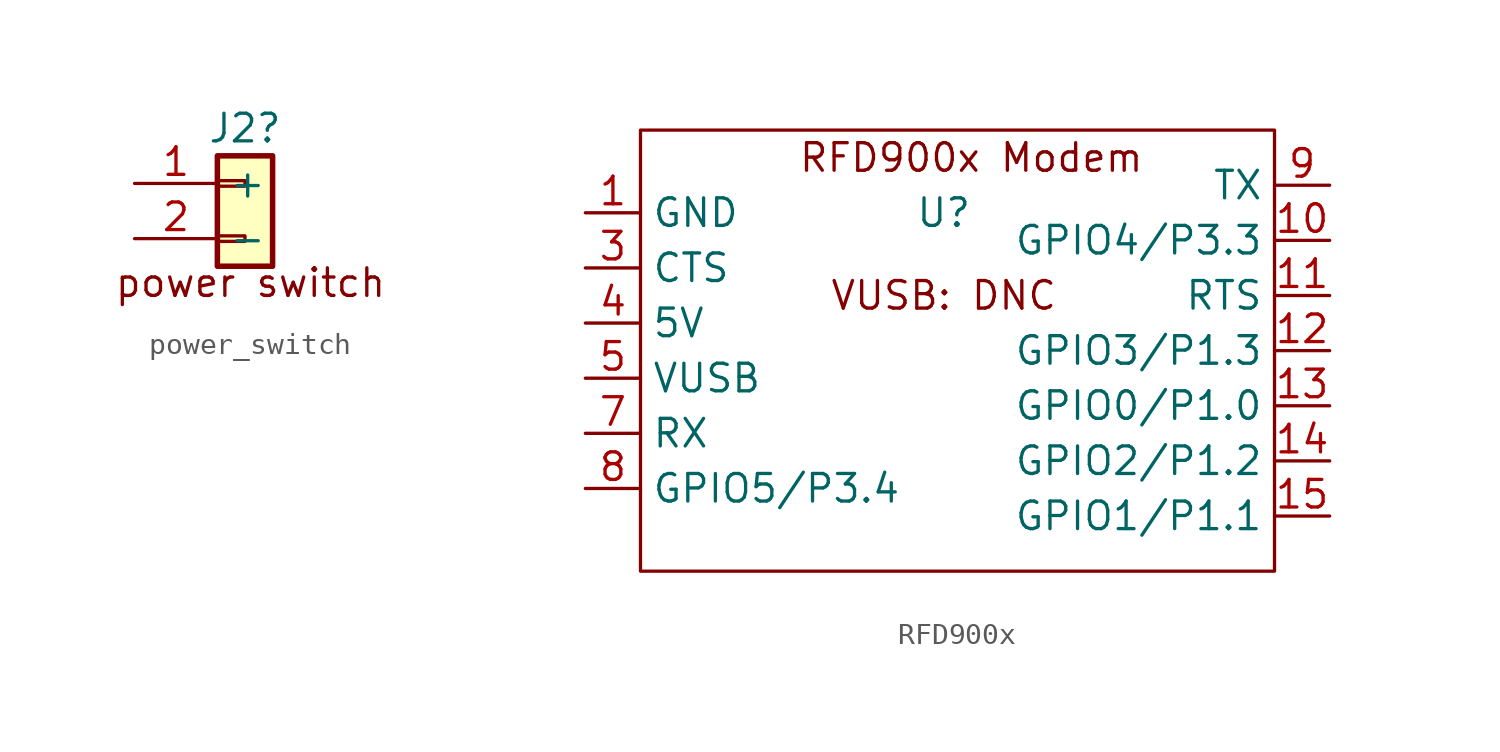
<source format=kicad_sym>
(kicad_symbol_lib
  (version 20220914)
  (generator kicad_symbol_editor)
  (symbol "power_switch"
    (property "Reference" "J2"
      (at 0 0 0)
      (effects (font (size 1.27 1.27))))
    (property "Value" ""
      (at 0 0 0)
      (effects (font (size 1.27 1.27))))
    (symbol "power_switch_1_1"
      (rectangle (start -1.27 -4.953) (end 0 -5.207) (stroke (width 0.152) (type default)) (fill (type none)))
      (rectangle (start -1.27 -2.413) (end 0 -2.667) (stroke (width 0.152) (type default)) (fill (type none)))
      (rectangle (start -1.27 -1.27) (end 1.27 -6.35) (stroke (width 0.254) (type default)) (fill (type background)))
      (text "power switch" (at 0.254 -7.112 0) (effects (font (size 1.27 1.27))))
      (pin passive line (at -5.08 -2.54 0) (length 3.81) (name "+" (effects (font (size 1.27 1.27)))) (number "1" (effects (font (size 1.27 1.27)))))
      (pin passive line (at -5.08 -5.08 0) (length 3.81) (name "-" (effects (font (size 1.27 1.27)))) (number "2" (effects (font (size 1.27 1.27)))))))
  (symbol "RFD900x"
    (property "Reference" "U"
      (at 0 6.35 0)
      (effects (font (size 1.27 1.27))))
    (property "Value" ""
      (at -8.89 -3.81 0)
      (effects (font (size 1.27 1.27))))
    (symbol "RFD900x_0_1"
      (rectangle (start -13.97 10.16) (end 15.24 -10.16) (stroke (width 0) (type default)) (fill (type none))))
    (symbol "RFD900x_1_1"
      (text "RFD900x Modem" (at 1.27 8.89 0) (effects (font (size 1.27 1.27))))
      (text "VUSB: DNC" (at 0 2.54 0) (effects (font (size 1.27 1.27))))
      (pin input line (at -16.51 6.35 0) (length 2.54) (name "GND" (effects (font (size 1.27 1.27)))) (number "1" (effects (font (size 1.27 1.27)))))
      (pin input line (at 17.78 5.08 180) (length 2.54) (name "GPIO4/P3.3" (effects (font (size 1.27 1.27)))) (number "10" (effects (font (size 1.27 1.27)))))
      (pin input line (at 17.78 2.54 180) (length 2.54) (name "RTS" (effects (font (size 1.27 1.27)))) (number "11" (effects (font (size 1.27 1.27)))))
      (pin input line (at 17.78 0 180) (length 2.54) (name "GPIO3/P1.3" (effects (font (size 1.27 1.27)))) (number "12" (effects (font (size 1.27 1.27)))))
      (pin input line (at 17.78 -2.54 180) (length 2.54) (name "GPIO0/P1.0" (effects (font (size 1.27 1.27)))) (number "13" (effects (font (size 1.27 1.27)))))
      (pin input line (at 17.78 -5.08 180) (length 2.54) (name "GPIO2/P1.2" (effects (font (size 1.27 1.27)))) (number "14" (effects (font (size 1.27 1.27)))))
      (pin input line (at 17.78 -7.62 180) (length 2.54) (name "GPIO1/P1.1" (effects (font (size 1.27 1.27)))) (number "15" (effects (font (size 1.27 1.27)))))
      (pin input line (at -16.51 3.81 0) (length 2.54) (name "CTS" (effects (font (size 1.27 1.27)))) (number "3" (effects (font (size 1.27 1.27)))))
      (pin input line (at -16.51 1.27 0) (length 2.54) (name "5V" (effects (font (size 1.27 1.27)))) (number "4" (effects (font (size 1.27 1.27)))))
      (pin input line (at -16.51 -1.27 0) (length 2.54) (name "VUSB" (effects (font (size 1.27 1.27)))) (number "5" (effects (font (size 1.27 1.27)))))
      (pin input line (at -16.51 -3.81 0) (length 2.54) (name "RX" (effects (font (size 1.27 1.27)))) (number "7" (effects (font (size 1.27 1.27)))))
      (pin input line (at -16.51 -6.35 0) (length 2.54) (name "GPIO5/P3.4" (effects (font (size 1.27 1.27)))) (number "8" (effects (font (size 1.27 1.27)))))
      (pin input line (at 17.78 7.62 180) (length 2.54) (name "TX" (effects (font (size 1.27 1.27)))) (number "9" (effects (font (size 1.27 1.27))))))))
</source>
